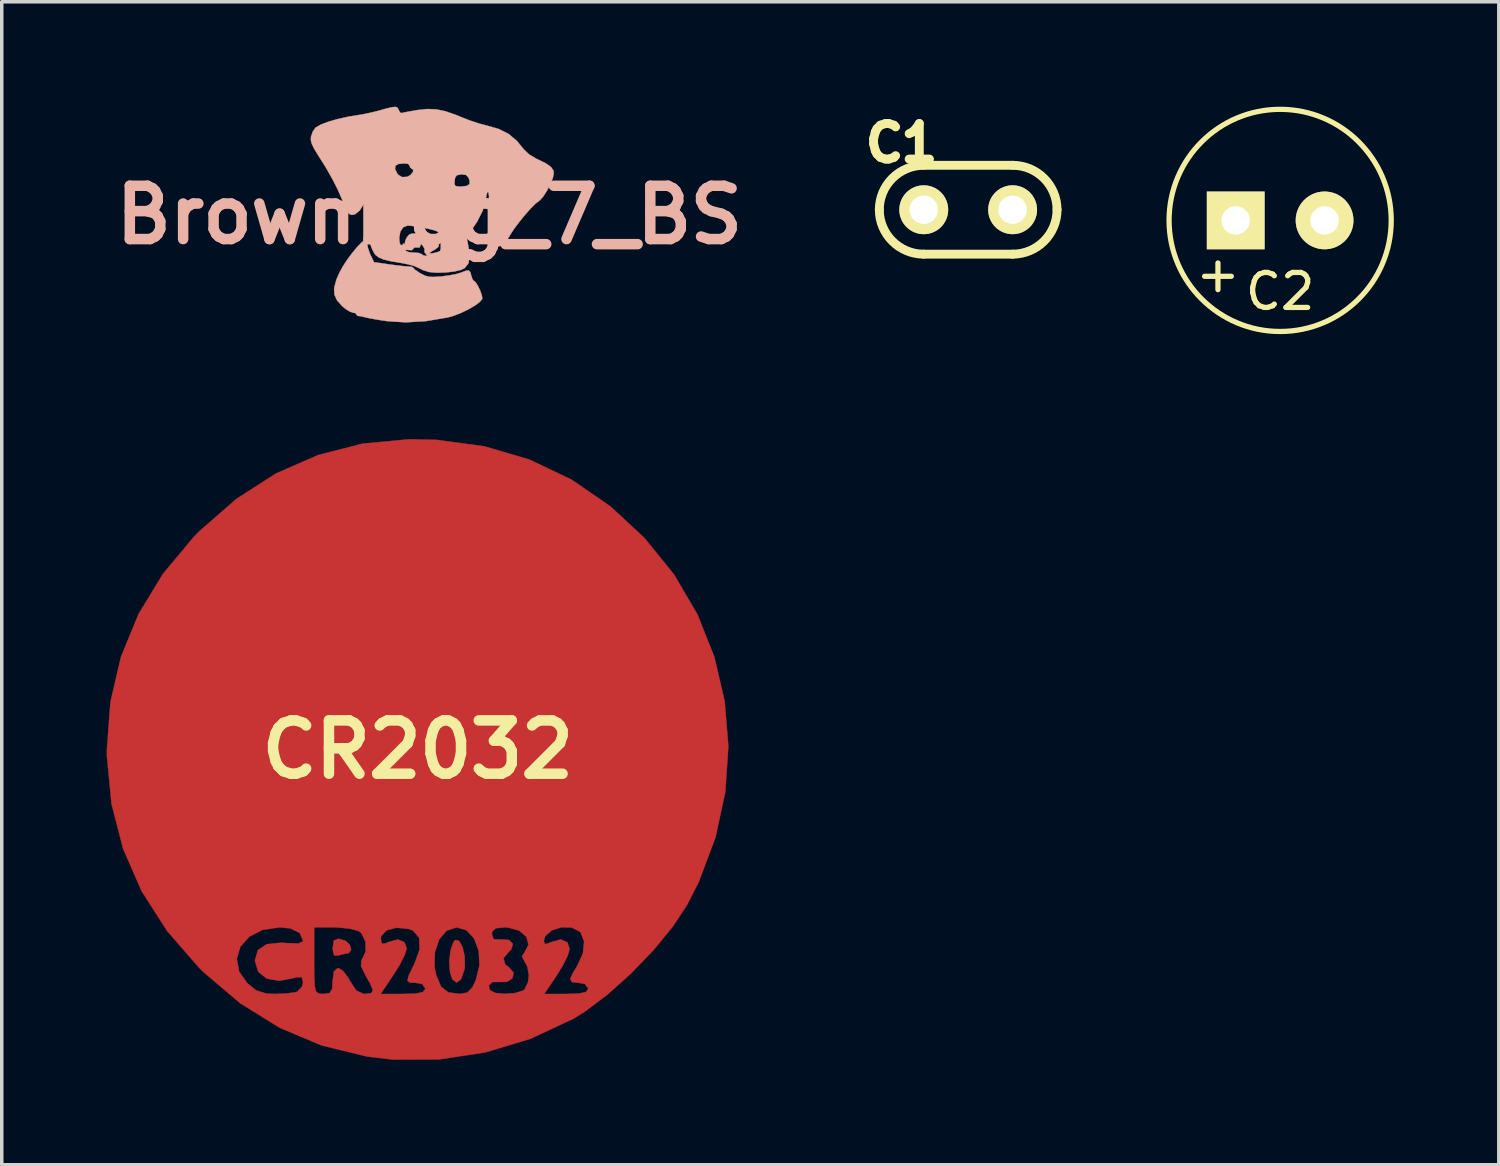
<source format=kicad_pcb>
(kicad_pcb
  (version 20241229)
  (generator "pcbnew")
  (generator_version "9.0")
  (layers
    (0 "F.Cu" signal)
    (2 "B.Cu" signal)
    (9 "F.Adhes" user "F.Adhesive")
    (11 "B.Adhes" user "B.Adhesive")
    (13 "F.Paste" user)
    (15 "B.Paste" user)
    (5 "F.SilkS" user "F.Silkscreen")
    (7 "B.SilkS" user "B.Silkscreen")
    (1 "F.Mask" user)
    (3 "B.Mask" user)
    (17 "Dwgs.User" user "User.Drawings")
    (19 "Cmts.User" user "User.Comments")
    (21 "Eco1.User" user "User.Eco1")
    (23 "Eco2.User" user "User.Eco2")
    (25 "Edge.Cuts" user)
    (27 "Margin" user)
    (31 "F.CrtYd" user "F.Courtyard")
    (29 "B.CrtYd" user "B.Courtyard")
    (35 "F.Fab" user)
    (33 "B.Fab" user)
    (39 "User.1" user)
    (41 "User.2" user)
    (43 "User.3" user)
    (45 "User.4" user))
  (footprint "C1"
    (layer "F.Cu")
    (at 24.624 2.945)
    (property "Reference" "C1" (at -1.905 -1.905 0) (layer "F.SilkS") (effects (font (size 1.016 1.016) (thickness 0.254))))
    (attr through_hole)
    (fp_line (start -1.27 -1.27) (end 1.27 -1.27) (stroke (width 0.254) (type solid)) (layer "F.SilkS"))
    (fp_line (start -1.27 1.27) (end 1.27 1.27) (stroke (width 0.254) (type solid)) (layer "F.SilkS"))
    (fp_arc (start -2.54 0) (mid -2.168026 -0.898026) (end -1.27 -1.27) (stroke (width 0.254) (type solid)) (layer "F.SilkS"))
    (fp_arc (start -1.27 1.27) (mid -2.168026 0.898026) (end -2.54 0) (stroke (width 0.254) (type solid)) (layer "F.SilkS"))
    (fp_arc (start 1.27 -1.27) (mid 2.168026 -0.898026) (end 2.54 0) (stroke (width 0.254) (type solid)) (layer "F.SilkS"))
    (fp_arc (start 2.54 0) (mid 2.168026 0.898026) (end 1.27 1.27) (stroke (width 0.254) (type solid)) (layer "F.SilkS"))
    (pad "1" thru_hole circle (at -1.27 0) (size 1.397 1.397) (drill 0.813) (layers "*.Cu" "*.Mask" "F.SilkS"))
    (pad "2" thru_hole circle (at 1.27 0) (size 1.397 1.397) (drill 0.813) (layers "*.Cu" "*.Mask" "F.SilkS")))
  (footprint "BrownDog_7_BS"
    (layer "F.Cu")
    (at 9.224 3.094)
    (property "Reference" "BrownDog_7_BS" (at 0 0 0) (layer "B.SilkS") (effects (font (size 1.524 1.524) (thickness 0.3))))
    (attr through_hole)
    (fp_poly (pts (xy -0.711 0.838) (xy -0.737 0.864) (xy -0.762 0.838) (xy -0.737 0.813) (xy -0.711 0.838)) (stroke (width 0.01) (type solid)) (fill yes) (layer "B.SilkS"))
    (fp_poly (pts (xy 0.254 0.584) (xy 0.229 0.61) (xy 0.203 0.584) (xy 0.229 0.559) (xy 0.254 0.584)) (stroke (width 0.01) (type solid)) (fill yes) (layer "B.SilkS"))
    (fp_poly (pts (xy -1.788 0.754) (xy -1.778 0.829) (xy -1.756 0.948) (xy -1.702 1.102) (xy -1.68 1.148) (xy -1.583 1.35) (xy -1.157 1.412) (xy -0.942 1.44) (xy -0.75 1.462) (xy -0.616 1.473) (xy -0.594 1.473) (xy -0.494 1.486) (xy -0.457 1.515) (xy -0.417 1.562) (xy -0.314 1.634) (xy -0.248 1.674) (xy -0.128 1.734) (xy -0.017 1.765) (xy 0.12 1.772) (xy 0.319 1.759) (xy 0.345 1.756) (xy 0.56 1.729) (xy 0.759 1.691) (xy 0.901 1.649) (xy 0.904 1.648) (xy 1.049 1.592) (xy 1.129 1.587) (xy 1.17 1.638) (xy 1.194 1.727) (xy 1.229 1.834) (xy 1.266 1.88) (xy 1.267 1.88) (xy 1.32 1.923) (xy 1.387 2.029) (xy 1.452 2.165) (xy 1.499 2.297) (xy 1.512 2.391) (xy 1.509 2.403) (xy 1.437 2.49) (xy 1.293 2.595) (xy 1.101 2.706) (xy 0.885 2.808) (xy 0.671 2.89) (xy 0.533 2.928) (xy -0.099 3.035) (xy -0.678 3.07) (xy -1.22 3.034) (xy -1.278 3.026) (xy -1.498 2.991) (xy -1.695 2.955) (xy -1.835 2.926) (xy -1.862 2.919) (xy -1.978 2.893) (xy -2.045 2.887) (xy -2.082 2.857) (xy -2.083 2.845) (xy -2.125 2.804) (xy -2.184 2.794) (xy -2.278 2.761) (xy -2.407 2.678) (xy -2.485 2.614) (xy -2.638 2.446) (xy -2.717 2.275) (xy -2.723 2.081) (xy -2.657 1.844) (xy -2.572 1.648) (xy -2.475 1.471) (xy -2.348 1.278) (xy -2.206 1.086) (xy -2.065 0.916) (xy -1.94 0.787) (xy -1.846 0.718) (xy -1.821 0.711) (xy -1.788 0.754)) (stroke (width 0.01) (type solid)) (fill yes) (layer "B.SilkS"))
    (fp_poly (pts (xy -0.914 -3.069) (xy -0.885 -3.021) (xy -0.879 -3.001) (xy -0.834 -2.923) (xy -0.79 -2.913) (xy -0.713 -2.932) (xy -0.566 -2.96) (xy -0.378 -2.993) (xy -0.347 -2.998) (xy -0.066 -3.028) (xy 0.192 -3.019) (xy 0.456 -2.964) (xy 0.759 -2.86) (xy 0.93 -2.789) (xy 1.162 -2.698) (xy 1.41 -2.616) (xy 1.612 -2.563) (xy 1.972 -2.461) (xy 2.259 -2.319) (xy 2.498 -2.12) (xy 2.689 -1.886) (xy 2.841 -1.736) (xy 3.062 -1.604) (xy 3.094 -1.589) (xy 3.325 -1.477) (xy 3.47 -1.376) (xy 3.542 -1.276) (xy 3.556 -1.199) (xy 3.529 -1.061) (xy 3.458 -0.883) (xy 3.362 -0.695) (xy 3.255 -0.529) (xy 3.157 -0.416) (xy 3.126 -0.395) (xy 3.026 -0.317) (xy 2.888 -0.178) (xy 2.729 0.002) (xy 2.568 0.2) (xy 2.423 0.394) (xy 2.312 0.563) (xy 2.282 0.617) (xy 2.194 0.753) (xy 2.096 0.854) (xy 2.073 0.869) (xy 1.982 0.899) (xy 1.909 0.858) (xy 1.871 0.815) (xy 1.764 0.625) (xy 1.703 0.372) (xy 1.687 0.043) (xy 1.697 -0.191) (xy 1.706 -0.407) (xy 1.701 -0.563) (xy 1.685 -0.65) (xy 1.662 -0.659) (xy 1.635 -0.583) (xy 1.608 -0.432) (xy 1.523 -0.121) (xy 1.358 0.204) (xy 1.206 0.422) (xy 1.123 0.533) (xy 1.084 0.619) (xy 1.081 0.718) (xy 1.108 0.87) (xy 1.118 0.916) (xy 1.15 1.186) (xy 1.115 1.385) (xy 1.01 1.518) (xy 0.909 1.569) (xy 0.711 1.616) (xy 0.462 1.644) (xy 0.21 1.651) (xy 0.004 1.633) (xy -0.008 1.631) (xy -0.173 1.581) (xy -0.317 1.512) (xy -0.323 1.508) (xy -0.437 1.459) (xy -0.614 1.41) (xy -0.817 1.371) (xy -0.822 1.37) (xy -1.107 1.322) (xy -1.309 1.273) (xy -1.446 1.216) (xy -1.539 1.144) (xy -1.57 1.106) (xy -1.628 0.996) (xy -0.674 0.996) (xy -0.669 1.028) (xy -0.666 1.031) (xy -0.583 1.065) (xy -0.45 1.077) (xy -0.436 1.077) (xy -0.309 1.085) (xy -0.232 1.114) (xy -0.228 1.119) (xy -0.156 1.162) (xy -0.111 1.168) (xy -0.057 1.158) (xy -0.095 1.123) (xy -0.142 1.062) (xy -0.138 1.034) (xy -0.143 0.963) (xy -0.182 0.891) (xy -0.236 0.83) (xy -0.253 0.852) (xy -0.254 0.875) (xy -0.286 0.933) (xy -0.356 0.929) (xy -0.439 0.932) (xy -0.457 0.965) (xy -0.5 1.007) (xy -0.588 1.003) (xy -0.674 0.996) (xy -1.628 0.996) (xy -1.632 0.989) (xy -1.69 0.835) (xy -1.733 0.676) (xy -1.735 0.664) (xy -0.864 0.664) (xy -0.852 0.79) (xy -0.824 0.859) (xy -0.813 0.864) (xy -0.713 0.843) (xy -0.7 0.794) (xy -0.686 0.723) (xy -0.638 0.632) (xy -0.586 0.568) (xy -0.519 0.536) (xy -0.407 0.53) (xy -0.243 0.54) (xy -0.014 0.574) (xy 0.138 0.641) (xy 0.235 0.753) (xy 0.268 0.825) (xy 0.264 0.905) (xy 0.176 0.978) (xy 0.151 0.992) (xy 0.049 1.051) (xy 0.001 1.092) (xy 0 1.094) (xy 0.041 1.101) (xy 0.135 1.087) (xy 0.237 1.06) (xy 0.303 1.031) (xy 0.305 1.03) (xy 0.325 0.959) (xy 0.325 0.829) (xy 0.308 0.679) (xy 0.278 0.55) (xy 0.245 0.482) (xy 0.169 0.448) (xy 0.022 0.408) (xy -0.164 0.367) (xy -0.36 0.333) (xy -0.534 0.31) (xy -0.628 0.305) (xy -0.748 0.351) (xy -0.831 0.475) (xy -0.864 0.655) (xy -0.864 0.664) (xy -1.735 0.664) (xy -1.752 0.549) (xy -1.745 0.495) (xy -1.734 0.43) (xy -1.724 0.284) (xy -1.715 0.075) (xy -1.709 -0.177) (xy -1.708 -0.27) (xy -1.705 -0.515) (xy -1.706 -0.707) (xy -1.709 -0.831) (xy -1.713 -0.873) (xy 0.716 -0.873) (xy 0.749 -0.826) (xy 0.844 -0.813) (xy 0.913 -0.813) (xy 1.072 -0.831) (xy 1.147 -0.883) (xy 1.149 -0.885) (xy 1.148 -0.983) (xy 1.118 -1.066) (xy 1.045 -1.145) (xy 0.922 -1.161) (xy 0.898 -1.159) (xy 0.784 -1.134) (xy 0.735 -1.066) (xy 0.721 -0.978) (xy 0.716 -0.873) (xy -1.713 -0.873) (xy -1.713 -0.875) (xy -1.716 -0.864) (xy -1.78 -0.564) (xy -1.874 -0.314) (xy -1.991 -0.128) (xy -2.123 -0.021) (xy -2.213 0) (xy -2.271 -0.013) (xy -2.324 -0.065) (xy -2.384 -0.171) (xy -2.46 -0.347) (xy -2.512 -0.478) (xy -2.623 -0.731) (xy -2.773 -1.027) (xy -2.939 -1.32) (xy -0.982 -1.32) (xy -0.979 -1.305) (xy -0.902 -1.156) (xy -0.777 -1.081) (xy -0.629 -1.091) (xy -0.546 -1.138) (xy -0.475 -1.218) (xy -0.46 -1.29) (xy -0.508 -1.321) (xy -0.553 -1.362) (xy -0.559 -1.397) (xy -0.604 -1.458) (xy -0.707 -1.473) (xy -0.881 -1.459) (xy -0.969 -1.41) (xy -0.982 -1.32) (xy -2.939 -1.32) (xy -2.941 -1.325) (xy -3.054 -1.507) (xy -3.203 -1.74) (xy -3.303 -1.909) (xy -3.361 -2.03) (xy -3.387 -2.124) (xy -3.387 -2.207) (xy -3.384 -2.235) (xy -3.334 -2.383) (xy -3.252 -2.498) (xy -3.248 -2.501) (xy -3.109 -2.581) (xy -2.894 -2.663) (xy -2.627 -2.74) (xy -2.333 -2.806) (xy -2.127 -2.84) (xy -1.891 -2.879) (xy -1.649 -2.93) (xy -1.473 -2.974) (xy -1.232 -3.042) (xy -1.069 -3.08) (xy -0.969 -3.089) (xy -0.914 -3.069)) (stroke (width 0.01) (type solid)) (fill yes) (layer "B.SilkS")))
  (footprint "CR2032"
    (layer "F.Cu")
    (at 8.893 18.376)
    (property "Reference" "CR2032" (at 0 0 0) (layer "F.SilkS") (effects (font (size 1.524 1.524) (thickness 0.3))))
    (attr through_hole)
    (fp_poly (pts (xy -2.072 5.462) (xy -1.945 5.574) (xy -1.905 5.724) (xy -1.972 5.817) (xy -2.002 5.821) (xy -2.18 5.856) (xy -2.267 5.885) (xy -2.393 5.881) (xy -2.434 5.712) (xy -2.434 5.673) (xy -2.4 5.457) (xy -2.267 5.406) (xy -2.072 5.462)) (stroke (width 0.01) (type solid)) (fill yes) (layer "F.Cu"))
    (fp_poly (pts (xy 1.183 5.468) (xy 1.278 5.643) (xy 1.338 5.908) (xy 1.344 6.202) (xy 1.331 6.289) (xy 1.236 6.562) (xy 1.108 6.658) (xy 0.986 6.567) (xy 0.922 6.376) (xy 0.898 6.058) (xy 0.935 5.739) (xy 1.016 5.503) (xy 1.071 5.443) (xy 1.183 5.468)) (stroke (width 0.01) (type solid)) (fill yes) (layer "F.Cu"))
    (fp_poly (pts (xy 0.529 -8.854) (xy 1.903 -8.669) (xy 3.19 -8.29) (xy 4.389 -7.72) (xy 5.501 -6.956) (xy 6.475 -6.052) (xy 7.325 -5.003) (xy 7.993 -3.863) (xy 8.475 -2.652) (xy 8.77 -1.389) (xy 8.876 -0.095) (xy 8.789 1.211) (xy 8.509 2.509) (xy 8.032 3.78) (xy 7.693 4.445) (xy 7.28 5.07) (xy 6.73 5.738) (xy 6.093 6.4) (xy 5.422 7.002) (xy 4.767 7.495) (xy 4.445 7.693) (xy 3.217 8.267) (xy 1.926 8.656) (xy 0.605 8.856) (xy -0.714 8.861) (xy -1.464 8.771) (xy -2.748 8.457) (xy -3.949 7.951) (xy -5.076 7.251) (xy -6.134 6.353) (xy -6.244 6.244) (xy -6.475 5.979) (xy -5.175 5.979) (xy -5.108 6.345) (xy -4.876 6.676) (xy -4.615 6.886) (xy -4.329 6.973) (xy -4.091 6.985) (xy -3.762 6.971) (xy -3.504 6.937) (xy -3.448 6.921) (xy -3.309 6.774) (xy -3.281 6.649) (xy -3.317 6.505) (xy -3.463 6.507) (xy -3.519 6.525) (xy -3.959 6.609) (xy -4.318 6.546) (xy -4.562 6.351) (xy -4.656 6.039) (xy -4.657 6.023) (xy -4.571 5.73) (xy -4.317 5.561) (xy -3.899 5.519) (xy -3.742 5.531) (xy -3.418 5.543) (xy -3.285 5.482) (xy -3.281 5.459) (xy -3.376 5.242) (xy -3.643 5.112) (xy -3.942 5.08) (xy -2.963 5.08) (xy -2.963 6.032) (xy -2.961 6.483) (xy -2.947 6.763) (xy -2.91 6.913) (xy -2.839 6.973) (xy -2.722 6.985) (xy -2.699 6.985) (xy -2.52 6.957) (xy -2.447 6.833) (xy -2.434 6.615) (xy -2.4 6.342) (xy -2.292 6.245) (xy -2.274 6.244) (xy -2.129 6.332) (xy -1.971 6.549) (xy -1.937 6.615) (xy -1.757 6.888) (xy -1.548 6.984) (xy -1.515 6.985) (xy -1.064 6.985) (xy -0.426 6.985) (xy -0.057 6.973) (xy 0.142 6.93) (xy 0.21 6.846) (xy 0.212 6.826) (xy 0.12 6.699) (xy -0.053 6.668) (xy -0.23 6.659) (xy -0.298 6.604) (xy -0.261 6.457) (xy -0.143 6.212) (xy 0.478 6.212) (xy 0.526 6.448) (xy 0.665 6.776) (xy 0.872 6.939) (xy 1.196 6.983) (xy 1.412 6.946) (xy 1.56 6.793) (xy 1.581 6.749) (xy 2.028 6.749) (xy 2.064 6.879) (xy 2.215 6.956) (xy 2.481 6.982) (xy 2.772 6.96) (xy 3 6.892) (xy 3.048 6.858) (xy 3.146 6.66) (xy 3.175 6.456) (xy 3.129 6.198) (xy 3.048 6.054) (xy 2.975 5.91) (xy 3.048 5.8) (xy 3.164 5.573) (xy 3.137 5.475) (xy 3.598 5.475) (xy 3.639 5.562) (xy 3.793 5.512) (xy 3.818 5.499) (xy 4.089 5.426) (xy 4.278 5.512) (xy 4.339 5.701) (xy 4.282 5.895) (xy 4.135 6.188) (xy 3.976 6.445) (xy 3.613 6.985) (xy 4.24 6.985) (xy 4.607 6.973) (xy 4.803 6.929) (xy 4.867 6.843) (xy 4.868 6.826) (xy 4.776 6.699) (xy 4.604 6.668) (xy 4.408 6.646) (xy 4.356 6.557) (xy 4.443 6.361) (xy 4.551 6.191) (xy 4.717 5.829) (xy 4.753 5.485) (xy 4.651 5.223) (xy 4.635 5.207) (xy 4.4 5.086) (xy 4.107 5.079) (xy 3.831 5.167) (xy 3.641 5.332) (xy 3.598 5.475) (xy 3.137 5.475) (xy 3.104 5.352) (xy 2.898 5.176) (xy 2.579 5.085) (xy 2.48 5.08) (xy 2.225 5.107) (xy 2.125 5.205) (xy 2.117 5.277) (xy 2.167 5.419) (xy 2.35 5.429) (xy 2.369 5.426) (xy 2.603 5.439) (xy 2.717 5.552) (xy 2.674 5.709) (xy 2.609 5.769) (xy 2.449 5.962) (xy 2.498 6.141) (xy 2.609 6.226) (xy 2.739 6.376) (xy 2.706 6.535) (xy 2.548 6.638) (xy 2.377 6.641) (xy 2.132 6.643) (xy 2.028 6.749) (xy 1.581 6.749) (xy 1.656 6.593) (xy 1.761 6.167) (xy 1.74 5.754) (xy 1.61 5.403) (xy 1.387 5.163) (xy 1.111 5.08) (xy 0.825 5.175) (xy 0.61 5.427) (xy 0.488 5.789) (xy 0.478 6.212) (xy -0.143 6.212) (xy -0.123 6.173) (xy -0.097 6.122) (xy 0.052 5.706) (xy 0.038 5.383) (xy -0.135 5.175) (xy -0.266 5.123) (xy -0.614 5.092) (xy -0.893 5.166) (xy -1.045 5.327) (xy -1.058 5.403) (xy -1.032 5.549) (xy -0.913 5.536) (xy -0.838 5.499) (xy -0.57 5.427) (xy -0.379 5.507) (xy -0.318 5.687) (xy -0.374 5.871) (xy -0.521 6.159) (xy -0.691 6.431) (xy -1.064 6.985) (xy -1.515 6.985) (xy -1.336 6.965) (xy -1.286 6.879) (xy -1.362 6.687) (xy -1.489 6.468) (xy -1.625 6.188) (xy -1.613 6.02) (xy -1.595 5.997) (xy -1.49 5.769) (xy -1.499 5.486) (xy -1.611 5.25) (xy -1.686 5.19) (xy -1.91 5.125) (xy -2.247 5.086) (xy -2.427 5.08) (xy -2.963 5.08) (xy -3.942 5.08) (xy -4.437 5.153) (xy -4.82 5.349) (xy -5.073 5.636) (xy -5.175 5.979) (xy -6.475 5.979) (xy -7.167 5.184) (xy -7.895 4.045) (xy -8.425 2.833) (xy -8.756 1.551) (xy -8.886 0.203) (xy -8.888 0) (xy -8.787 -1.358) (xy -8.486 -2.65) (xy -7.985 -3.872) (xy -7.286 -5.022) (xy -6.392 -6.094) (xy -6.244 -6.244) (xy -5.184 -7.168) (xy -4.052 -7.894) (xy -2.85 -8.42) (xy -1.579 -8.746) (xy -0.242 -8.871) (xy 0.529 -8.854)) (stroke (width 0.01) (type solid)) (fill yes) (layer "F.Cu"))
    (fp_poly (pts (xy -2.072 5.462) (xy -1.945 5.574) (xy -1.905 5.724) (xy -1.972 5.817) (xy -2.002 5.821) (xy -2.18 5.856) (xy -2.267 5.885) (xy -2.393 5.881) (xy -2.434 5.712) (xy -2.434 5.673) (xy -2.4 5.457) (xy -2.267 5.406) (xy -2.072 5.462)) (stroke (width 0.01) (type solid)) (fill yes) (layer "F.Mask"))
    (fp_poly (pts (xy 1.183 5.468) (xy 1.278 5.643) (xy 1.338 5.908) (xy 1.344 6.202) (xy 1.331 6.289) (xy 1.236 6.562) (xy 1.108 6.658) (xy 0.986 6.567) (xy 0.922 6.376) (xy 0.898 6.058) (xy 0.935 5.739) (xy 1.016 5.503) (xy 1.071 5.443) (xy 1.183 5.468)) (stroke (width 0.01) (type solid)) (fill yes) (layer "F.Mask")))
  (footprint "C2"
    (layer "F.Cu")
    (at 33.541 3.25)
    (property "Reference" "C2" (at 0 2.032 0) (layer "F.SilkS") (effects (font (size 1 1) (thickness 0.15))))
    (attr through_hole)
    (fp_circle (center 0 0) (end 3.175 0) (stroke (width 0.15) (type solid)) (fill no) (layer "F.SilkS"))
    (fp_text user "+" (at -1.778 1.524 0) (layer "F.SilkS") (effects (font (size 1 1) (thickness 0.15))))
    (pad "1" thru_hole rect (at -1.27 0) (size 1.651 1.651) (drill 0.813) (layers "*.Cu" "*.Mask" "F.SilkS"))
    (pad "2" thru_hole circle (at 1.27 0) (size 1.651 1.651) (drill 0.813) (layers "*.Cu" "*.Mask" "F.SilkS")))
  (gr_rect
    (start -3 -3)
    (end 39.791 30.242)
    (stroke (width 0.1) (type default))
    (fill no)
    (layer "Edge.Cuts")))
</source>
